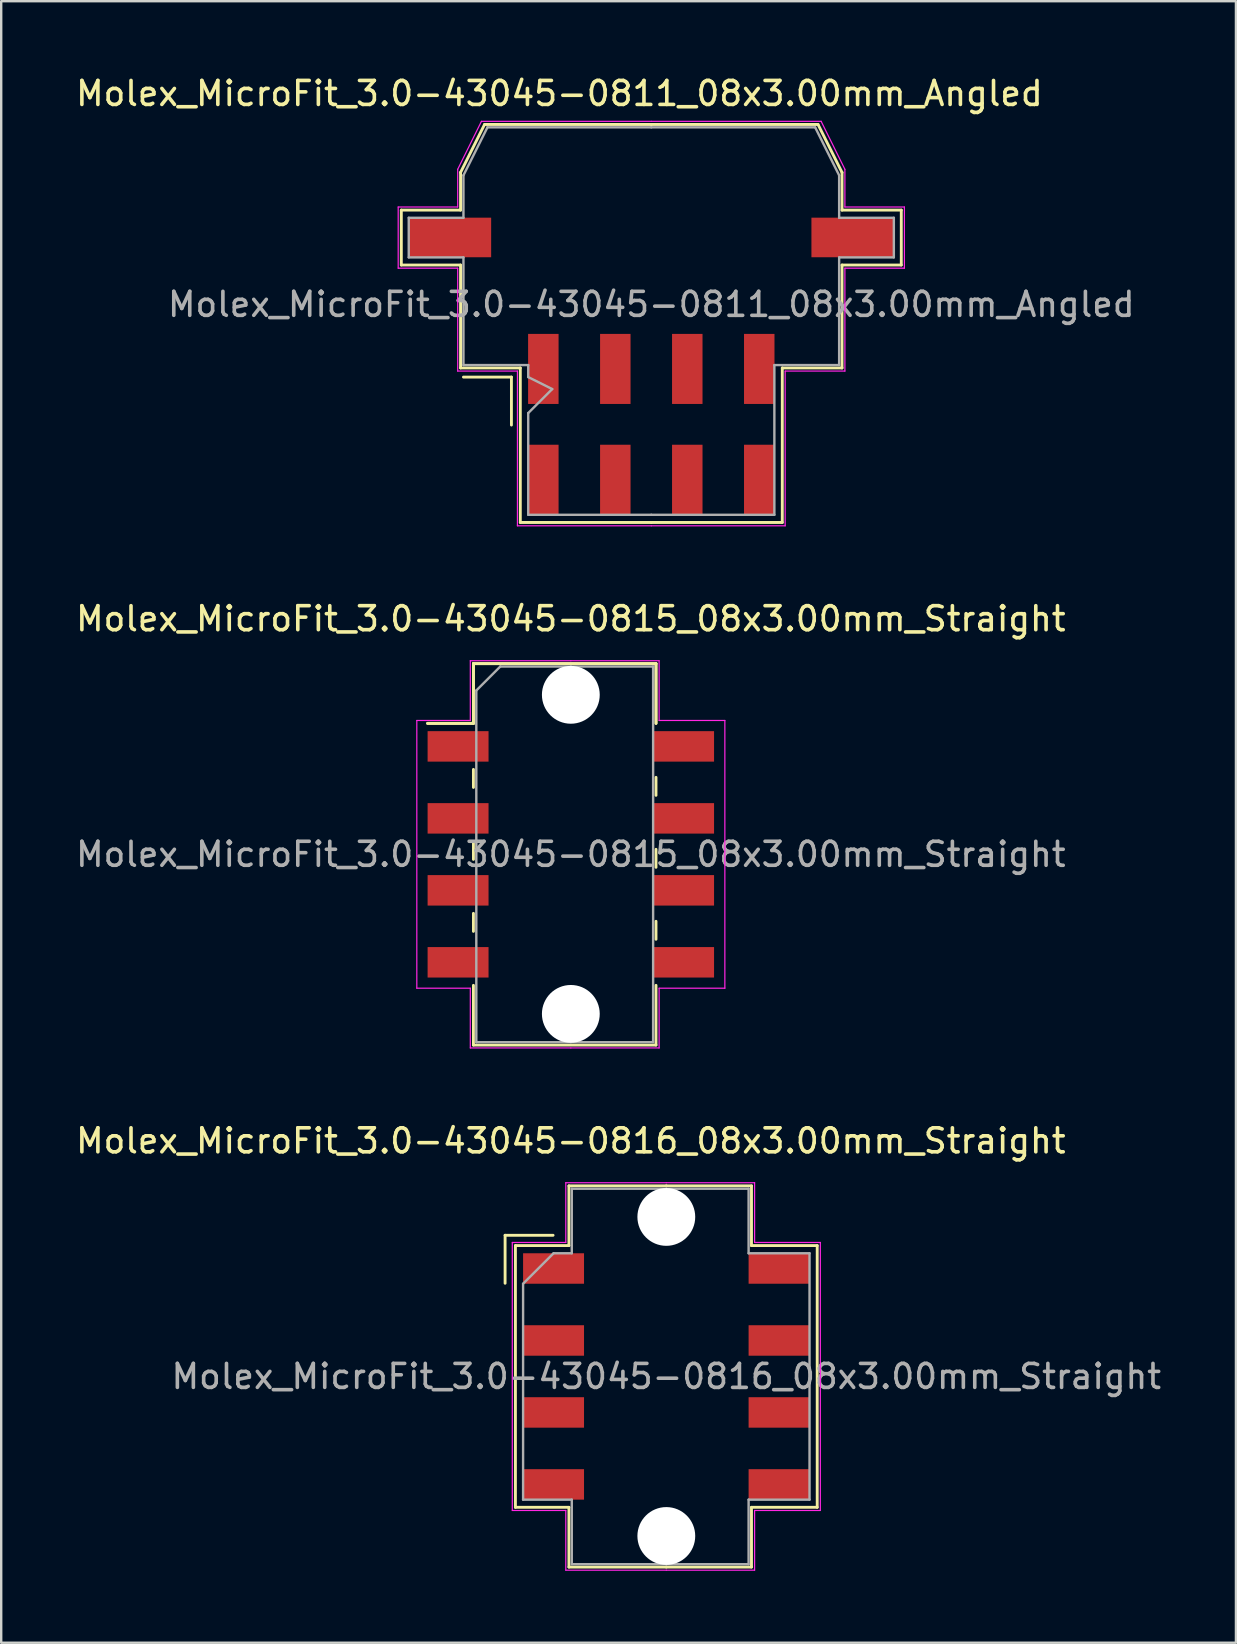
<source format=kicad_pcb>
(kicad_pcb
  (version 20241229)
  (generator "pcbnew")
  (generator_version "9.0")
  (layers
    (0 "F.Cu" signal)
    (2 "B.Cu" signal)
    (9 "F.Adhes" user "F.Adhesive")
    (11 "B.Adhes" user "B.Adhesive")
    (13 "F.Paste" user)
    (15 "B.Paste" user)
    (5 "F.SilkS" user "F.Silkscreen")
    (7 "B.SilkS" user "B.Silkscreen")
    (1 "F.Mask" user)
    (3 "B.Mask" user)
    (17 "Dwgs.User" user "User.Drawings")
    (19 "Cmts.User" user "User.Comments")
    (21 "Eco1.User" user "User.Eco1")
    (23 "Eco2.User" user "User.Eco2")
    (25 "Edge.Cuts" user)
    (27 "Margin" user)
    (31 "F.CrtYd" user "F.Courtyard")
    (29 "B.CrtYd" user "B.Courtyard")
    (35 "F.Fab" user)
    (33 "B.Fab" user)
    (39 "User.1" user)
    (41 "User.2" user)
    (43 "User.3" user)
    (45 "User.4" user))
  (footprint "Molex_MicroFit_3.0-43045-0815_08x3.00mm_Straight"
    (layer "F.Cu")
    (at 20.744 32.562)
    (property "Reference" "Molex_MicroFit_3.0-43045-0815_08x3.00mm_Straight" (at 0 -9.82 0) (layer "F.SilkS") (effects (font (size 1 1) (thickness 0.15))))
    (attr smd)
    (fp_line (start -5.97 -5.46) (end -4.06 -5.46) (stroke (width 0.12) (type solid)) (layer "F.SilkS"))
    (fp_line (start -5.97 -5.46) (end -4.06 -5.46) (stroke (width 0.12) (type solid)) (layer "F.SilkS"))
    (fp_line (start -4.06 -7.95) (end 3.55 -7.95) (stroke (width 0.12) (type solid)) (layer "F.SilkS"))
    (fp_line (start -4.06 -7.95) (end 3.55 -7.95) (stroke (width 0.12) (type solid)) (layer "F.SilkS"))
    (fp_line (start -4.06 -5.46) (end -4.06 -7.95) (stroke (width 0.12) (type solid)) (layer "F.SilkS"))
    (fp_line (start -4.06 -5.46) (end -4.06 -7.95) (stroke (width 0.12) (type solid)) (layer "F.SilkS"))
    (fp_line (start -4.06 -3.54) (end -4.06 -2.79) (stroke (width 0.12) (type solid)) (layer "F.SilkS"))
    (fp_line (start -4.06 -0.54) (end -4.06 0.21) (stroke (width 0.12) (type solid)) (layer "F.SilkS"))
    (fp_line (start -4.06 2.46) (end -4.06 3.21) (stroke (width 0.12) (type solid)) (layer "F.SilkS"))
    (fp_line (start -4.06 7.95) (end -4.06 5.46) (stroke (width 0.12) (type solid)) (layer "F.SilkS"))
    (fp_line (start 3.55 -7.95) (end 3.55 -5.46) (stroke (width 0.12) (type solid)) (layer "F.SilkS"))
    (fp_line (start 3.55 -7.95) (end 3.55 -5.46) (stroke (width 0.12) (type solid)) (layer "F.SilkS"))
    (fp_line (start 3.55 -2.46) (end 3.55 -3.21) (stroke (width 0.12) (type solid)) (layer "F.SilkS"))
    (fp_line (start 3.55 0.54) (end 3.55 -0.21) (stroke (width 0.12) (type solid)) (layer "F.SilkS"))
    (fp_line (start 3.55 3.54) (end 3.55 2.79) (stroke (width 0.12) (type solid)) (layer "F.SilkS"))
    (fp_line (start 3.55 5.46) (end 3.55 7.95) (stroke (width 0.12) (type solid)) (layer "F.SilkS"))
    (fp_line (start 3.55 7.95) (end -4.06 7.95) (stroke (width 0.12) (type solid)) (layer "F.SilkS"))
    (fp_line (start -6.42 -5.58) (end -4.19 -5.58) (stroke (width 0.05) (type solid)) (layer "F.CrtYd"))
    (fp_line (start -6.42 5.58) (end -6.42 -5.58) (stroke (width 0.05) (type solid)) (layer "F.CrtYd"))
    (fp_line (start -4.19 -8.07) (end 0 -8.07) (stroke (width 0.05) (type solid)) (layer "F.CrtYd"))
    (fp_line (start -4.19 -5.58) (end -4.19 -8.07) (stroke (width 0.05) (type solid)) (layer "F.CrtYd"))
    (fp_line (start -4.19 5.58) (end -6.42 5.58) (stroke (width 0.05) (type solid)) (layer "F.CrtYd"))
    (fp_line (start -4.19 8.07) (end -4.19 5.58) (stroke (width 0.05) (type solid)) (layer "F.CrtYd"))
    (fp_line (start 0 -8.07) (end 3.68 -8.07) (stroke (width 0.05) (type solid)) (layer "F.CrtYd"))
    (fp_line (start 0 8.07) (end -4.19 8.07) (stroke (width 0.05) (type solid)) (layer "F.CrtYd"))
    (fp_line (start 3.68 -8.07) (end 3.68 -5.58) (stroke (width 0.05) (type solid)) (layer "F.CrtYd"))
    (fp_line (start 3.68 -5.58) (end 6.42 -5.58) (stroke (width 0.05) (type solid)) (layer "F.CrtYd"))
    (fp_line (start 3.68 5.58) (end 3.68 8.07) (stroke (width 0.05) (type solid)) (layer "F.CrtYd"))
    (fp_line (start 3.68 8.07) (end 0 8.07) (stroke (width 0.05) (type solid)) (layer "F.CrtYd"))
    (fp_line (start 6.42 -5.58) (end 6.42 5.58) (stroke (width 0.05) (type solid)) (layer "F.CrtYd"))
    (fp_line (start 6.42 5.58) (end 3.68 5.58) (stroke (width 0.05) (type solid)) (layer "F.CrtYd"))
    (fp_line (start -3.94 -6.83) (end -2.94 -7.83) (stroke (width 0.1) (type solid)) (layer "F.Fab"))
    (fp_line (start -3.94 7.83) (end -3.94 -6.83) (stroke (width 0.1) (type solid)) (layer "F.Fab"))
    (fp_line (start -2.94 -7.83) (end 0 -7.83) (stroke (width 0.1) (type solid)) (layer "F.Fab"))
    (fp_line (start 0 -7.83) (end 3.43 -7.83) (stroke (width 0.1) (type solid)) (layer "F.Fab"))
    (fp_line (start 0 7.83) (end -3.94 7.83) (stroke (width 0.1) (type solid)) (layer "F.Fab"))
    (fp_line (start 3.43 -7.83) (end 3.43 7.83) (stroke (width 0.1) (type solid)) (layer "F.Fab"))
    (fp_line (start 3.43 7.83) (end 0 7.83) (stroke (width 0.1) (type solid)) (layer "F.Fab"))
    (fp_text user "${REFERENCE}" (at 0 0 0) (layer "F.Fab") (effects (font (size 1 1) (thickness 0.15))))
    (pad "" np_thru_hole circle (at 0 -6.65) (size 2.41 2.41) (drill 2.41) (layers "*.Cu"))
    (pad "" np_thru_hole circle (at 0 6.65) (size 2.41 2.41) (drill 2.41) (layers "*.Cu"))
    (pad "1" smd rect (at -4.7 -4.5) (size 2.54 1.27) (layers "F.Cu" "F.Mask" "F.Paste"))
    (pad "2" smd rect (at -4.7 -1.5) (size 2.54 1.27) (layers "F.Cu" "F.Mask" "F.Paste"))
    (pad "3" smd rect (at -4.7 1.5) (size 2.54 1.27) (layers "F.Cu" "F.Mask" "F.Paste"))
    (pad "4" smd rect (at -4.7 4.5) (size 2.54 1.27) (layers "F.Cu" "F.Mask" "F.Paste"))
    (pad "5" smd rect (at 4.7 4.5) (size 2.54 1.27) (layers "F.Cu" "F.Mask" "F.Paste"))
    (pad "6" smd rect (at 4.7 1.5) (size 2.54 1.27) (layers "F.Cu" "F.Mask" "F.Paste"))
    (pad "7" smd rect (at 4.7 -1.5) (size 2.54 1.27) (layers "F.Cu" "F.Mask" "F.Paste"))
    (pad "8" smd rect (at 4.7 -4.5) (size 2.54 1.27) (layers "F.Cu" "F.Mask" "F.Paste")))
  (footprint "Molex_MicroFit_3.0-43045-0816_08x3.00mm_Straight"
    (layer "F.Cu")
    (at 24.724 54.325)
    (property "Reference" "Molex_MicroFit_3.0-43045-0816_08x3.00mm_Straight" (at -3.98 -9.82 0) (layer "F.SilkS") (effects (font (size 1 1) (thickness 0.15))))
    (attr smd)
    (fp_line (start -6.72 -5.885) (end -6.72 -3.885) (stroke (width 0.12) (type solid)) (layer "F.SilkS"))
    (fp_line (start -6.29 -5.455) (end -4.06 -5.455) (stroke (width 0.12) (type solid)) (layer "F.SilkS"))
    (fp_line (start -6.29 5.455) (end -6.29 -5.455) (stroke (width 0.12) (type solid)) (layer "F.SilkS"))
    (fp_line (start -4.72 -5.885) (end -6.72 -5.885) (stroke (width 0.12) (type solid)) (layer "F.SilkS"))
    (fp_line (start -4.06 -7.945) (end 0 -7.945) (stroke (width 0.12) (type solid)) (layer "F.SilkS"))
    (fp_line (start -4.06 -5.455) (end -4.06 -7.945) (stroke (width 0.12) (type solid)) (layer "F.SilkS"))
    (fp_line (start -4.06 5.455) (end -6.29 5.455) (stroke (width 0.12) (type solid)) (layer "F.SilkS"))
    (fp_line (start -4.06 7.945) (end -4.06 5.455) (stroke (width 0.12) (type solid)) (layer "F.SilkS"))
    (fp_line (start 0 -7.945) (end 3.55 -7.945) (stroke (width 0.12) (type solid)) (layer "F.SilkS"))
    (fp_line (start 0 7.945) (end -4.06 7.945) (stroke (width 0.12) (type solid)) (layer "F.SilkS"))
    (fp_line (start 3.55 -7.945) (end 3.55 -5.455) (stroke (width 0.12) (type solid)) (layer "F.SilkS"))
    (fp_line (start 3.55 -5.455) (end 6.29 -5.455) (stroke (width 0.12) (type solid)) (layer "F.SilkS"))
    (fp_line (start 3.55 5.455) (end 3.55 7.945) (stroke (width 0.12) (type solid)) (layer "F.SilkS"))
    (fp_line (start 3.55 7.945) (end 0 7.945) (stroke (width 0.12) (type solid)) (layer "F.SilkS"))
    (fp_line (start 6.29 -5.455) (end 6.29 5.455) (stroke (width 0.12) (type solid)) (layer "F.SilkS"))
    (fp_line (start 6.29 5.455) (end 3.55 5.455) (stroke (width 0.12) (type solid)) (layer "F.SilkS"))
    (fp_line (start -6.42 -5.585) (end -4.19 -5.585) (stroke (width 0.05) (type solid)) (layer "F.CrtYd"))
    (fp_line (start -6.42 5.585) (end -6.42 -5.585) (stroke (width 0.05) (type solid)) (layer "F.CrtYd"))
    (fp_line (start -4.19 -8.075) (end 0 -8.075) (stroke (width 0.05) (type solid)) (layer "F.CrtYd"))
    (fp_line (start -4.19 -5.585) (end -4.19 -8.075) (stroke (width 0.05) (type solid)) (layer "F.CrtYd"))
    (fp_line (start -4.19 5.585) (end -6.42 5.585) (stroke (width 0.05) (type solid)) (layer "F.CrtYd"))
    (fp_line (start -4.19 8.075) (end -4.19 5.585) (stroke (width 0.05) (type solid)) (layer "F.CrtYd"))
    (fp_line (start 0 -8.075) (end 3.68 -8.075) (stroke (width 0.05) (type solid)) (layer "F.CrtYd"))
    (fp_line (start 0 8.075) (end -4.19 8.075) (stroke (width 0.05) (type solid)) (layer "F.CrtYd"))
    (fp_line (start 3.68 -8.075) (end 3.68 -5.585) (stroke (width 0.05) (type solid)) (layer "F.CrtYd"))
    (fp_line (start 3.68 -5.585) (end 6.42 -5.585) (stroke (width 0.05) (type solid)) (layer "F.CrtYd"))
    (fp_line (start 3.68 5.585) (end 3.68 8.075) (stroke (width 0.05) (type solid)) (layer "F.CrtYd"))
    (fp_line (start 3.68 8.075) (end 0 8.075) (stroke (width 0.05) (type solid)) (layer "F.CrtYd"))
    (fp_line (start 6.42 -5.585) (end 6.42 5.585) (stroke (width 0.05) (type solid)) (layer "F.CrtYd"))
    (fp_line (start 6.42 5.585) (end 3.68 5.585) (stroke (width 0.05) (type solid)) (layer "F.CrtYd"))
    (fp_line (start -5.97 -3.865) (end -4.7 -5.135) (stroke (width 0.1) (type solid)) (layer "F.Fab"))
    (fp_line (start -5.97 5.135) (end -5.97 -3.865) (stroke (width 0.1) (type solid)) (layer "F.Fab"))
    (fp_line (start -4.7 -5.135) (end -3.94 -5.135) (stroke (width 0.1) (type solid)) (layer "F.Fab"))
    (fp_line (start -3.94 -7.825) (end 0 -7.825) (stroke (width 0.1) (type solid)) (layer "F.Fab"))
    (fp_line (start -3.94 -5.135) (end -3.94 -7.825) (stroke (width 0.1) (type solid)) (layer "F.Fab"))
    (fp_line (start -3.94 5.135) (end -5.97 5.135) (stroke (width 0.1) (type solid)) (layer "F.Fab"))
    (fp_line (start -3.94 7.825) (end -3.94 5.135) (stroke (width 0.1) (type solid)) (layer "F.Fab"))
    (fp_line (start 0 -7.825) (end 3.43 -7.825) (stroke (width 0.1) (type solid)) (layer "F.Fab"))
    (fp_line (start 0 7.825) (end -3.94 7.825) (stroke (width 0.1) (type solid)) (layer "F.Fab"))
    (fp_line (start 3.43 -7.825) (end 3.43 -5.135) (stroke (width 0.1) (type solid)) (layer "F.Fab"))
    (fp_line (start 3.43 -5.135) (end 5.97 -5.135) (stroke (width 0.1) (type solid)) (layer "F.Fab"))
    (fp_line (start 3.43 5.135) (end 3.43 7.825) (stroke (width 0.1) (type solid)) (layer "F.Fab"))
    (fp_line (start 3.43 7.825) (end 0 7.825) (stroke (width 0.1) (type solid)) (layer "F.Fab"))
    (fp_line (start 5.97 -5.135) (end 5.97 5.135) (stroke (width 0.1) (type solid)) (layer "F.Fab"))
    (fp_line (start 5.97 5.135) (end 3.43 5.135) (stroke (width 0.1) (type solid)) (layer "F.Fab"))
    (fp_text user "${REFERENCE}" (at 0 0 0) (layer "F.Fab") (effects (font (size 1 1) (thickness 0.15))))
    (pad "" np_thru_hole circle (at 0 -6.65) (size 2.41 2.41) (drill 2.41) (layers "*.Cu"))
    (pad "" np_thru_hole circle (at 0 6.65) (size 2.41 2.41) (drill 2.41) (layers "*.Cu"))
    (pad "1" smd rect (at -4.7 -4.5) (size 2.54 1.27) (layers "F.Cu" "F.Mask" "F.Paste"))
    (pad "2" smd rect (at -4.7 -1.5) (size 2.54 1.27) (layers "F.Cu" "F.Mask" "F.Paste"))
    (pad "3" smd rect (at -4.7 1.5) (size 2.54 1.27) (layers "F.Cu" "F.Mask" "F.Paste"))
    (pad "4" smd rect (at -4.7 4.5) (size 2.54 1.27) (layers "F.Cu" "F.Mask" "F.Paste"))
    (pad "5" smd rect (at 4.7 4.5) (size 2.54 1.27) (layers "F.Cu" "F.Mask" "F.Paste"))
    (pad "6" smd rect (at 4.7 1.5) (size 2.54 1.27) (layers "F.Cu" "F.Mask" "F.Paste"))
    (pad "7" smd rect (at 4.7 -1.5) (size 2.54 1.27) (layers "F.Cu" "F.Mask" "F.Paste"))
    (pad "8" smd rect (at 4.7 -4.5) (size 2.54 1.27) (layers "F.Cu" "F.Mask" "F.Paste")))
  (footprint "Molex_MicroFit_3.0-43045-0811_08x3.00mm_Angled"
    (layer "F.Cu")
    (at 24.098 14.638)
    (property "Reference" "Molex_MicroFit_3.0-43045-0811_08x3.00mm_Angled" (at -3.83 -13.79 0) (layer "F.SilkS") (effects (font (size 1 1) (thickness 0.15))))
    (attr smd)
    (fp_line (start -10.42 -8.93) (end -10.42 -6.64) (stroke (width 0.12) (type solid)) (layer "F.SilkS"))
    (fp_line (start -10.42 -6.64) (end -7.95 -6.64) (stroke (width 0.12) (type solid)) (layer "F.SilkS"))
    (fp_line (start -7.95 -10.5) (end -7.95 -8.93) (stroke (width 0.12) (type solid)) (layer "F.SilkS"))
    (fp_line (start -7.95 -8.93) (end -10.42 -8.93) (stroke (width 0.12) (type solid)) (layer "F.SilkS"))
    (fp_line (start -7.95 -6.64) (end -7.95 -2.35) (stroke (width 0.12) (type solid)) (layer "F.SilkS"))
    (fp_line (start -7.95 -2.35) (end -5.46 -2.35) (stroke (width 0.12) (type solid)) (layer "F.SilkS"))
    (fp_line (start -7.83 -1.97) (end -5.83 -1.97) (stroke (width 0.12) (type solid)) (layer "F.SilkS"))
    (fp_line (start -6.95 -12.5) (end -7.95 -10.5) (stroke (width 0.12) (type solid)) (layer "F.SilkS"))
    (fp_line (start -5.83 -1.97) (end -5.83 0.03) (stroke (width 0.12) (type solid)) (layer "F.SilkS"))
    (fp_line (start -5.46 -2.35) (end -5.46 4.09) (stroke (width 0.12) (type solid)) (layer "F.SilkS"))
    (fp_line (start -5.46 4.09) (end 0 4.09) (stroke (width 0.12) (type solid)) (layer "F.SilkS"))
    (fp_line (start 0 -12.5) (end -6.95 -12.5) (stroke (width 0.12) (type solid)) (layer "F.SilkS"))
    (fp_line (start 0 -12.5) (end 6.95 -12.5) (stroke (width 0.12) (type solid)) (layer "F.SilkS"))
    (fp_line (start 5.46 -2.35) (end 5.46 4.09) (stroke (width 0.12) (type solid)) (layer "F.SilkS"))
    (fp_line (start 5.46 4.09) (end 0 4.09) (stroke (width 0.12) (type solid)) (layer "F.SilkS"))
    (fp_line (start 6.95 -12.5) (end 7.95 -10.5) (stroke (width 0.12) (type solid)) (layer "F.SilkS"))
    (fp_line (start 7.95 -10.5) (end 7.95 -8.93) (stroke (width 0.12) (type solid)) (layer "F.SilkS"))
    (fp_line (start 7.95 -8.93) (end 10.42 -8.93) (stroke (width 0.12) (type solid)) (layer "F.SilkS"))
    (fp_line (start 7.95 -6.64) (end 7.95 -2.35) (stroke (width 0.12) (type solid)) (layer "F.SilkS"))
    (fp_line (start 7.95 -2.35) (end 5.46 -2.35) (stroke (width 0.12) (type solid)) (layer "F.SilkS"))
    (fp_line (start 10.42 -8.93) (end 10.42 -6.64) (stroke (width 0.12) (type solid)) (layer "F.SilkS"))
    (fp_line (start 10.42 -6.64) (end 7.95 -6.64) (stroke (width 0.12) (type solid)) (layer "F.SilkS"))
    (fp_line (start -10.55 -9.06) (end -10.55 -6.51) (stroke (width 0.05) (type solid)) (layer "F.CrtYd"))
    (fp_line (start -10.55 -6.51) (end -8.07 -6.51) (stroke (width 0.05) (type solid)) (layer "F.CrtYd"))
    (fp_line (start -8.07 -10.63) (end -8.07 -9.06) (stroke (width 0.05) (type solid)) (layer "F.CrtYd"))
    (fp_line (start -8.07 -9.06) (end -10.55 -9.06) (stroke (width 0.05) (type solid)) (layer "F.CrtYd"))
    (fp_line (start -8.07 -6.51) (end -8.07 -2.22) (stroke (width 0.05) (type solid)) (layer "F.CrtYd"))
    (fp_line (start -8.07 -2.22) (end -5.58 -2.22) (stroke (width 0.05) (type solid)) (layer "F.CrtYd"))
    (fp_line (start -7.08 -12.63) (end -8.07 -10.63) (stroke (width 0.05) (type solid)) (layer "F.CrtYd"))
    (fp_line (start -5.58 -2.22) (end -5.58 4.23) (stroke (width 0.05) (type solid)) (layer "F.CrtYd"))
    (fp_line (start -5.58 4.23) (end 0 4.23) (stroke (width 0.05) (type solid)) (layer "F.CrtYd"))
    (fp_line (start 0 -12.63) (end -7.08 -12.63) (stroke (width 0.05) (type solid)) (layer "F.CrtYd"))
    (fp_line (start 0 -12.63) (end 7.08 -12.63) (stroke (width 0.05) (type solid)) (layer "F.CrtYd"))
    (fp_line (start 5.58 -2.22) (end 5.58 4.23) (stroke (width 0.05) (type solid)) (layer "F.CrtYd"))
    (fp_line (start 5.58 4.23) (end 0 4.23) (stroke (width 0.05) (type solid)) (layer "F.CrtYd"))
    (fp_line (start 7.08 -12.63) (end 8.07 -10.63) (stroke (width 0.05) (type solid)) (layer "F.CrtYd"))
    (fp_line (start 8.07 -10.63) (end 8.07 -9.06) (stroke (width 0.05) (type solid)) (layer "F.CrtYd"))
    (fp_line (start 8.07 -9.06) (end 10.55 -9.06) (stroke (width 0.05) (type solid)) (layer "F.CrtYd"))
    (fp_line (start 8.07 -6.51) (end 8.07 -2.22) (stroke (width 0.05) (type solid)) (layer "F.CrtYd"))
    (fp_line (start 8.07 -2.22) (end 5.58 -2.22) (stroke (width 0.05) (type solid)) (layer "F.CrtYd"))
    (fp_line (start 10.55 -9.06) (end 10.55 -6.51) (stroke (width 0.05) (type solid)) (layer "F.CrtYd"))
    (fp_line (start 10.55 -6.51) (end 8.07 -6.51) (stroke (width 0.05) (type solid)) (layer "F.CrtYd"))
    (fp_line (start -10.11 -8.61) (end -10.11 -6.96) (stroke (width 0.1) (type solid)) (layer "F.Fab"))
    (fp_line (start -10.11 -6.96) (end -7.83 -6.96) (stroke (width 0.1) (type solid)) (layer "F.Fab"))
    (fp_line (start -7.83 -10.38) (end -7.83 -8.61) (stroke (width 0.1) (type solid)) (layer "F.Fab"))
    (fp_line (start -7.83 -8.61) (end -10.11 -8.61) (stroke (width 0.1) (type solid)) (layer "F.Fab"))
    (fp_line (start -7.83 -6.96) (end -7.83 -2.47) (stroke (width 0.1) (type solid)) (layer "F.Fab"))
    (fp_line (start -7.83 -2.47) (end -5.13 -2.47) (stroke (width 0.1) (type solid)) (layer "F.Fab"))
    (fp_line (start -6.83 -12.38) (end -7.83 -10.38) (stroke (width 0.1) (type solid)) (layer "F.Fab"))
    (fp_line (start -5.13 -2.47) (end -5.13 -1.97) (stroke (width 0.1) (type solid)) (layer "F.Fab"))
    (fp_line (start -5.13 -1.97) (end -4.13 -1.47) (stroke (width 0.1) (type solid)) (layer "F.Fab"))
    (fp_line (start -5.13 -0.47) (end -5.13 3.77) (stroke (width 0.1) (type solid)) (layer "F.Fab"))
    (fp_line (start -5.13 3.77) (end 0 3.77) (stroke (width 0.1) (type solid)) (layer "F.Fab"))
    (fp_line (start -4.13 -1.47) (end -5.13 -0.47) (stroke (width 0.1) (type solid)) (layer "F.Fab"))
    (fp_line (start 0 -12.38) (end -6.83 -12.38) (stroke (width 0.1) (type solid)) (layer "F.Fab"))
    (fp_line (start 0 -12.38) (end 6.83 -12.38) (stroke (width 0.1) (type solid)) (layer "F.Fab"))
    (fp_line (start 5.13 -2.47) (end 5.13 3.77) (stroke (width 0.1) (type solid)) (layer "F.Fab"))
    (fp_line (start 5.13 3.77) (end 0 3.77) (stroke (width 0.1) (type solid)) (layer "F.Fab"))
    (fp_line (start 6.83 -12.38) (end 7.83 -10.38) (stroke (width 0.1) (type solid)) (layer "F.Fab"))
    (fp_line (start 7.83 -10.38) (end 7.83 -8.61) (stroke (width 0.1) (type solid)) (layer "F.Fab"))
    (fp_line (start 7.83 -8.61) (end 10.11 -8.61) (stroke (width 0.1) (type solid)) (layer "F.Fab"))
    (fp_line (start 7.83 -6.96) (end 7.83 -2.47) (stroke (width 0.1) (type solid)) (layer "F.Fab"))
    (fp_line (start 7.83 -2.47) (end 5.13 -2.47) (stroke (width 0.1) (type solid)) (layer "F.Fab"))
    (fp_line (start 10.11 -8.61) (end 10.11 -6.96) (stroke (width 0.1) (type solid)) (layer "F.Fab"))
    (fp_line (start 10.11 -6.96) (end 7.83 -6.96) (stroke (width 0.1) (type solid)) (layer "F.Fab"))
    (fp_text user "${REFERENCE}" (at 0 -5 0) (layer "F.Fab") (effects (font (size 1 1) (thickness 0.15))))
    (pad "" smd rect (at -8.39 -7.79) (size 3.43 1.65) (layers "F.Cu" "F.Mask" "F.Paste"))
    (pad "" smd rect (at 8.39 -7.79) (size 3.43 1.65) (layers "F.Cu" "F.Mask" "F.Paste"))
    (pad "1" smd rect (at -4.5 -2.31) (size 1.27 2.92) (layers "F.Cu" "F.Mask" "F.Paste"))
    (pad "2" smd rect (at -1.5 -2.31) (size 1.27 2.92) (layers "F.Cu" "F.Mask" "F.Paste"))
    (pad "3" smd rect (at 1.5 -2.31) (size 1.27 2.92) (layers "F.Cu" "F.Mask" "F.Paste"))
    (pad "4" smd rect (at 4.5 -2.31) (size 1.27 2.92) (layers "F.Cu" "F.Mask" "F.Paste"))
    (pad "5" smd rect (at 4.5 2.31) (size 1.27 2.92) (layers "F.Cu" "F.Mask" "F.Paste"))
    (pad "6" smd rect (at 1.5 2.31) (size 1.27 2.92) (layers "F.Cu" "F.Mask" "F.Paste"))
    (pad "7" smd rect (at -1.5 2.31) (size 1.27 2.92) (layers "F.Cu" "F.Mask" "F.Paste"))
    (pad "8" smd rect (at -4.5 2.31) (size 1.27 2.92) (layers "F.Cu" "F.Mask" "F.Paste")))
  (gr_rect
    (start -3 -3)
    (end 48.468 65.425)
    (stroke (width 0.1) (type default))
    (fill no)
    (layer "Edge.Cuts")))
</source>
